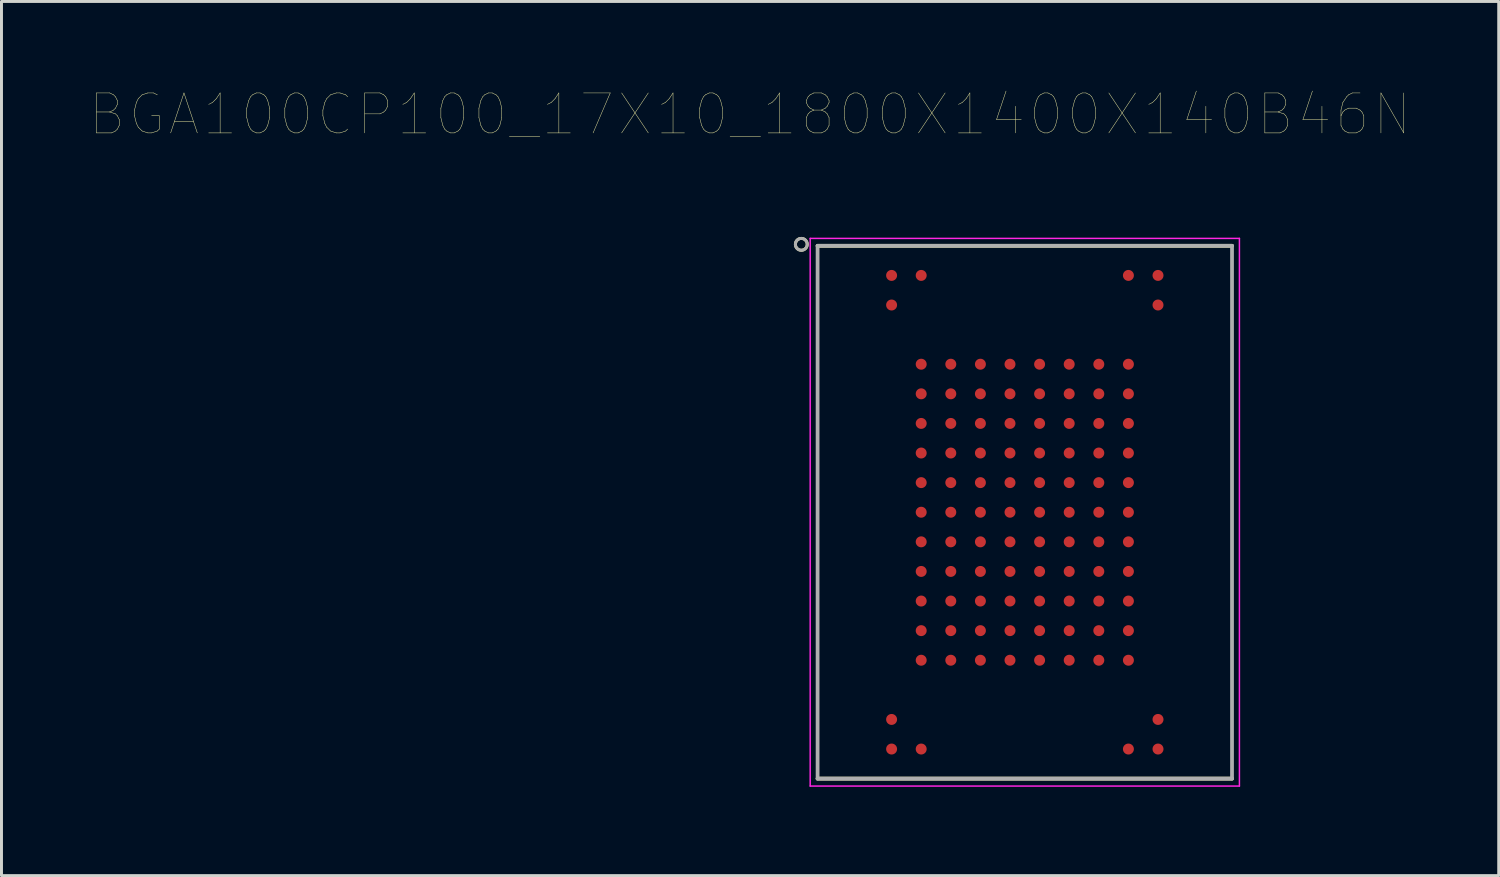
<source format=kicad_pcb>
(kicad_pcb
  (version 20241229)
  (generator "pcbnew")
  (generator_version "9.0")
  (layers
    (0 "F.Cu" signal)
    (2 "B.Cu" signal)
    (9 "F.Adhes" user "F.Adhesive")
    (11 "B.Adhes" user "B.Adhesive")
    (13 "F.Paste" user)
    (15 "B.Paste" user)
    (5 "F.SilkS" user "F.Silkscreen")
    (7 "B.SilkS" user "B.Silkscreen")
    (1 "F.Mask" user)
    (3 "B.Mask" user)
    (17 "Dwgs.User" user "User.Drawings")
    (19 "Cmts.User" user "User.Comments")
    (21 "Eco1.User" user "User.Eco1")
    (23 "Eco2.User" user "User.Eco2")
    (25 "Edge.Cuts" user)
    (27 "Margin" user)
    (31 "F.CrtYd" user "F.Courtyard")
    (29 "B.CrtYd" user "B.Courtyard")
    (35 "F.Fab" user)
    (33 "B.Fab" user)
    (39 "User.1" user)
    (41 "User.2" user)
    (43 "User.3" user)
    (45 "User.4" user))
  (footprint "BGA100CP100_17X10_1800X1400X140B46N"
    (layer "F.Cu")
    (at 31.57 14.254)
    (property "Reference" "BGA100CP100_17X10_1800X1400X140B46N" (at -9.28 -13.438 0) (layer "F.SilkS") (effects (font (size 1.35 1.35) (thickness 0.015))))
    (attr through_hole)
    (fp_line (start 7 -9) (end -7 -9) (stroke (width 0.127) (type solid)) (layer "F.SilkS"))
    (fp_line (start 7 9) (end -7 9) (stroke (width 0.127) (type solid)) (layer "F.SilkS"))
    (fp_circle (center -7.55 -9.05) (end -7.35 -9.05) (stroke (width 0.1) (type solid)) (fill no) (layer "F.SilkS"))
    (fp_line (start -7.25 -9.25) (end 7.25 -9.25) (stroke (width 0.05) (type solid)) (layer "F.CrtYd"))
    (fp_line (start -7.25 9.25) (end -7.25 -9.25) (stroke (width 0.05) (type solid)) (layer "F.CrtYd"))
    (fp_line (start -7.25 9.25) (end 7.25 9.25) (stroke (width 0.05) (type solid)) (layer "F.CrtYd"))
    (fp_line (start 7.25 9.25) (end 7.25 -9.25) (stroke (width 0.05) (type solid)) (layer "F.CrtYd"))
    (fp_line (start -7 9) (end -7 -9) (stroke (width 0.127) (type solid)) (layer "F.Fab"))
    (fp_line (start 7 -9) (end -7 -9) (stroke (width 0.127) (type solid)) (layer "F.Fab"))
    (fp_line (start 7 9) (end -7 9) (stroke (width 0.127) (type solid)) (layer "F.Fab"))
    (fp_line (start 7 9) (end 7 -9) (stroke (width 0.127) (type solid)) (layer "F.Fab"))
    (fp_circle (center -7.55 -9.05) (end -7.35 -9.05) (stroke (width 0.1) (type solid)) (fill no) (layer "F.Fab"))
    (pad "A1" smd circle (at -4.5 -8) (size 0.37 0.37) (layers "F.Cu" "F.Mask" "F.Paste"))
    (pad "A2" smd circle (at -3.5 -8) (size 0.37 0.37) (layers "F.Cu" "F.Mask" "F.Paste"))
    (pad "A9" smd circle (at 3.5 -8) (size 0.37 0.37) (layers "F.Cu" "F.Mask" "F.Paste"))
    (pad "A10" smd circle (at 4.5 -8) (size 0.37 0.37) (layers "F.Cu" "F.Mask" "F.Paste"))
    (pad "B1" smd circle (at -4.5 -7) (size 0.37 0.37) (layers "F.Cu" "F.Mask" "F.Paste"))
    (pad "B10" smd circle (at 4.5 -7) (size 0.37 0.37) (layers "F.Cu" "F.Mask" "F.Paste"))
    (pad "D2" smd circle (at -3.5 -5) (size 0.37 0.37) (layers "F.Cu" "F.Mask" "F.Paste"))
    (pad "D3" smd circle (at -2.5 -5) (size 0.37 0.37) (layers "F.Cu" "F.Mask" "F.Paste"))
    (pad "D4" smd circle (at -1.5 -5) (size 0.37 0.37) (layers "F.Cu" "F.Mask" "F.Paste"))
    (pad "D5" smd circle (at -0.5 -5) (size 0.37 0.37) (layers "F.Cu" "F.Mask" "F.Paste"))
    (pad "D6" smd circle (at 0.5 -5) (size 0.37 0.37) (layers "F.Cu" "F.Mask" "F.Paste"))
    (pad "D7" smd circle (at 1.5 -5) (size 0.37 0.37) (layers "F.Cu" "F.Mask" "F.Paste"))
    (pad "D8" smd circle (at 2.5 -5) (size 0.37 0.37) (layers "F.Cu" "F.Mask" "F.Paste"))
    (pad "D9" smd circle (at 3.5 -5) (size 0.37 0.37) (layers "F.Cu" "F.Mask" "F.Paste"))
    (pad "E2" smd circle (at -3.5 -4) (size 0.37 0.37) (layers "F.Cu" "F.Mask" "F.Paste"))
    (pad "E3" smd circle (at -2.5 -4) (size 0.37 0.37) (layers "F.Cu" "F.Mask" "F.Paste"))
    (pad "E4" smd circle (at -1.5 -4) (size 0.37 0.37) (layers "F.Cu" "F.Mask" "F.Paste"))
    (pad "E5" smd circle (at -0.5 -4) (size 0.37 0.37) (layers "F.Cu" "F.Mask" "F.Paste"))
    (pad "E6" smd circle (at 0.5 -4) (size 0.37 0.37) (layers "F.Cu" "F.Mask" "F.Paste"))
    (pad "E7" smd circle (at 1.5 -4) (size 0.37 0.37) (layers "F.Cu" "F.Mask" "F.Paste"))
    (pad "E8" smd circle (at 2.5 -4) (size 0.37 0.37) (layers "F.Cu" "F.Mask" "F.Paste"))
    (pad "E9" smd circle (at 3.5 -4) (size 0.37 0.37) (layers "F.Cu" "F.Mask" "F.Paste"))
    (pad "F2" smd circle (at -3.5 -3) (size 0.37 0.37) (layers "F.Cu" "F.Mask" "F.Paste"))
    (pad "F3" smd circle (at -2.5 -3) (size 0.37 0.37) (layers "F.Cu" "F.Mask" "F.Paste"))
    (pad "F4" smd circle (at -1.5 -3) (size 0.37 0.37) (layers "F.Cu" "F.Mask" "F.Paste"))
    (pad "F5" smd circle (at -0.5 -3) (size 0.37 0.37) (layers "F.Cu" "F.Mask" "F.Paste"))
    (pad "F6" smd circle (at 0.5 -3) (size 0.37 0.37) (layers "F.Cu" "F.Mask" "F.Paste"))
    (pad "F7" smd circle (at 1.5 -3) (size 0.37 0.37) (layers "F.Cu" "F.Mask" "F.Paste"))
    (pad "F8" smd circle (at 2.5 -3) (size 0.37 0.37) (layers "F.Cu" "F.Mask" "F.Paste"))
    (pad "F9" smd circle (at 3.5 -3) (size 0.37 0.37) (layers "F.Cu" "F.Mask" "F.Paste"))
    (pad "G2" smd circle (at -3.5 -2) (size 0.37 0.37) (layers "F.Cu" "F.Mask" "F.Paste"))
    (pad "G3" smd circle (at -2.5 -2) (size 0.37 0.37) (layers "F.Cu" "F.Mask" "F.Paste"))
    (pad "G4" smd circle (at -1.5 -2) (size 0.37 0.37) (layers "F.Cu" "F.Mask" "F.Paste"))
    (pad "G5" smd circle (at -0.5 -2) (size 0.37 0.37) (layers "F.Cu" "F.Mask" "F.Paste"))
    (pad "G6" smd circle (at 0.5 -2) (size 0.37 0.37) (layers "F.Cu" "F.Mask" "F.Paste"))
    (pad "G7" smd circle (at 1.5 -2) (size 0.37 0.37) (layers "F.Cu" "F.Mask" "F.Paste"))
    (pad "G8" smd circle (at 2.5 -2) (size 0.37 0.37) (layers "F.Cu" "F.Mask" "F.Paste"))
    (pad "G9" smd circle (at 3.5 -2) (size 0.37 0.37) (layers "F.Cu" "F.Mask" "F.Paste"))
    (pad "H2" smd circle (at -3.5 -1) (size 0.37 0.37) (layers "F.Cu" "F.Mask" "F.Paste"))
    (pad "H3" smd circle (at -2.5 -1) (size 0.37 0.37) (layers "F.Cu" "F.Mask" "F.Paste"))
    (pad "H4" smd circle (at -1.5 -1) (size 0.37 0.37) (layers "F.Cu" "F.Mask" "F.Paste"))
    (pad "H5" smd circle (at -0.5 -1) (size 0.37 0.37) (layers "F.Cu" "F.Mask" "F.Paste"))
    (pad "H6" smd circle (at 0.5 -1) (size 0.37 0.37) (layers "F.Cu" "F.Mask" "F.Paste"))
    (pad "H7" smd circle (at 1.5 -1) (size 0.37 0.37) (layers "F.Cu" "F.Mask" "F.Paste"))
    (pad "H8" smd circle (at 2.5 -1) (size 0.37 0.37) (layers "F.Cu" "F.Mask" "F.Paste"))
    (pad "H9" smd circle (at 3.5 -1) (size 0.37 0.37) (layers "F.Cu" "F.Mask" "F.Paste"))
    (pad "J2" smd circle (at -3.5 0) (size 0.37 0.37) (layers "F.Cu" "F.Mask" "F.Paste"))
    (pad "J3" smd circle (at -2.5 0) (size 0.37 0.37) (layers "F.Cu" "F.Mask" "F.Paste"))
    (pad "J4" smd circle (at -1.5 0) (size 0.37 0.37) (layers "F.Cu" "F.Mask" "F.Paste"))
    (pad "J5" smd circle (at -0.5 0) (size 0.37 0.37) (layers "F.Cu" "F.Mask" "F.Paste"))
    (pad "J6" smd circle (at 0.5 0) (size 0.37 0.37) (layers "F.Cu" "F.Mask" "F.Paste"))
    (pad "J7" smd circle (at 1.5 0) (size 0.37 0.37) (layers "F.Cu" "F.Mask" "F.Paste"))
    (pad "J8" smd circle (at 2.5 0) (size 0.37 0.37) (layers "F.Cu" "F.Mask" "F.Paste"))
    (pad "J9" smd circle (at 3.5 0) (size 0.37 0.37) (layers "F.Cu" "F.Mask" "F.Paste"))
    (pad "K2" smd circle (at -3.5 1) (size 0.37 0.37) (layers "F.Cu" "F.Mask" "F.Paste"))
    (pad "K3" smd circle (at -2.5 1) (size 0.37 0.37) (layers "F.Cu" "F.Mask" "F.Paste"))
    (pad "K4" smd circle (at -1.5 1) (size 0.37 0.37) (layers "F.Cu" "F.Mask" "F.Paste"))
    (pad "K5" smd circle (at -0.5 1) (size 0.37 0.37) (layers "F.Cu" "F.Mask" "F.Paste"))
    (pad "K6" smd circle (at 0.5 1) (size 0.37 0.37) (layers "F.Cu" "F.Mask" "F.Paste"))
    (pad "K7" smd circle (at 1.5 1) (size 0.37 0.37) (layers "F.Cu" "F.Mask" "F.Paste"))
    (pad "K8" smd circle (at 2.5 1) (size 0.37 0.37) (layers "F.Cu" "F.Mask" "F.Paste"))
    (pad "K9" smd circle (at 3.5 1) (size 0.37 0.37) (layers "F.Cu" "F.Mask" "F.Paste"))
    (pad "L2" smd circle (at -3.5 2) (size 0.37 0.37) (layers "F.Cu" "F.Mask" "F.Paste"))
    (pad "L3" smd circle (at -2.5 2) (size 0.37 0.37) (layers "F.Cu" "F.Mask" "F.Paste"))
    (pad "L4" smd circle (at -1.5 2) (size 0.37 0.37) (layers "F.Cu" "F.Mask" "F.Paste"))
    (pad "L5" smd circle (at -0.5 2) (size 0.37 0.37) (layers "F.Cu" "F.Mask" "F.Paste"))
    (pad "L6" smd circle (at 0.5 2) (size 0.37 0.37) (layers "F.Cu" "F.Mask" "F.Paste"))
    (pad "L7" smd circle (at 1.5 2) (size 0.37 0.37) (layers "F.Cu" "F.Mask" "F.Paste"))
    (pad "L8" smd circle (at 2.5 2) (size 0.37 0.37) (layers "F.Cu" "F.Mask" "F.Paste"))
    (pad "L9" smd circle (at 3.5 2) (size 0.37 0.37) (layers "F.Cu" "F.Mask" "F.Paste"))
    (pad "M2" smd circle (at -3.5 3) (size 0.37 0.37) (layers "F.Cu" "F.Mask" "F.Paste"))
    (pad "M3" smd circle (at -2.5 3) (size 0.37 0.37) (layers "F.Cu" "F.Mask" "F.Paste"))
    (pad "M4" smd circle (at -1.5 3) (size 0.37 0.37) (layers "F.Cu" "F.Mask" "F.Paste"))
    (pad "M5" smd circle (at -0.5 3) (size 0.37 0.37) (layers "F.Cu" "F.Mask" "F.Paste"))
    (pad "M6" smd circle (at 0.5 3) (size 0.37 0.37) (layers "F.Cu" "F.Mask" "F.Paste"))
    (pad "M7" smd circle (at 1.5 3) (size 0.37 0.37) (layers "F.Cu" "F.Mask" "F.Paste"))
    (pad "M8" smd circle (at 2.5 3) (size 0.37 0.37) (layers "F.Cu" "F.Mask" "F.Paste"))
    (pad "M9" smd circle (at 3.5 3) (size 0.37 0.37) (layers "F.Cu" "F.Mask" "F.Paste"))
    (pad "N2" smd circle (at -3.5 4) (size 0.37 0.37) (layers "F.Cu" "F.Mask" "F.Paste"))
    (pad "N3" smd circle (at -2.5 4) (size 0.37 0.37) (layers "F.Cu" "F.Mask" "F.Paste"))
    (pad "N4" smd circle (at -1.5 4) (size 0.37 0.37) (layers "F.Cu" "F.Mask" "F.Paste"))
    (pad "N5" smd circle (at -0.5 4) (size 0.37 0.37) (layers "F.Cu" "F.Mask" "F.Paste"))
    (pad "N6" smd circle (at 0.5 4) (size 0.37 0.37) (layers "F.Cu" "F.Mask" "F.Paste"))
    (pad "N7" smd circle (at 1.5 4) (size 0.37 0.37) (layers "F.Cu" "F.Mask" "F.Paste"))
    (pad "N8" smd circle (at 2.5 4) (size 0.37 0.37) (layers "F.Cu" "F.Mask" "F.Paste"))
    (pad "N9" smd circle (at 3.5 4) (size 0.37 0.37) (layers "F.Cu" "F.Mask" "F.Paste"))
    (pad "P2" smd circle (at -3.5 5) (size 0.37 0.37) (layers "F.Cu" "F.Mask" "F.Paste"))
    (pad "P3" smd circle (at -2.5 5) (size 0.37 0.37) (layers "F.Cu" "F.Mask" "F.Paste"))
    (pad "P4" smd circle (at -1.5 5) (size 0.37 0.37) (layers "F.Cu" "F.Mask" "F.Paste"))
    (pad "P5" smd circle (at -0.5 5) (size 0.37 0.37) (layers "F.Cu" "F.Mask" "F.Paste"))
    (pad "P6" smd circle (at 0.5 5) (size 0.37 0.37) (layers "F.Cu" "F.Mask" "F.Paste"))
    (pad "P7" smd circle (at 1.5 5) (size 0.37 0.37) (layers "F.Cu" "F.Mask" "F.Paste"))
    (pad "P8" smd circle (at 2.5 5) (size 0.37 0.37) (layers "F.Cu" "F.Mask" "F.Paste"))
    (pad "P9" smd circle (at 3.5 5) (size 0.37 0.37) (layers "F.Cu" "F.Mask" "F.Paste"))
    (pad "T1" smd circle (at -4.5 7) (size 0.37 0.37) (layers "F.Cu" "F.Mask" "F.Paste"))
    (pad "T10" smd circle (at 4.5 7) (size 0.37 0.37) (layers "F.Cu" "F.Mask" "F.Paste"))
    (pad "U1" smd circle (at -4.5 8) (size 0.37 0.37) (layers "F.Cu" "F.Mask" "F.Paste"))
    (pad "U2" smd circle (at -3.5 8) (size 0.37 0.37) (layers "F.Cu" "F.Mask" "F.Paste"))
    (pad "U9" smd circle (at 3.5 8) (size 0.37 0.37) (layers "F.Cu" "F.Mask" "F.Paste"))
    (pad "U10" smd circle (at 4.5 8) (size 0.37 0.37) (layers "F.Cu" "F.Mask" "F.Paste")))
  (gr_rect
    (start -3 -3)
    (end 47.58 26.529)
    (stroke (width 0.1) (type default))
    (fill no)
    (layer "Edge.Cuts")))
</source>
